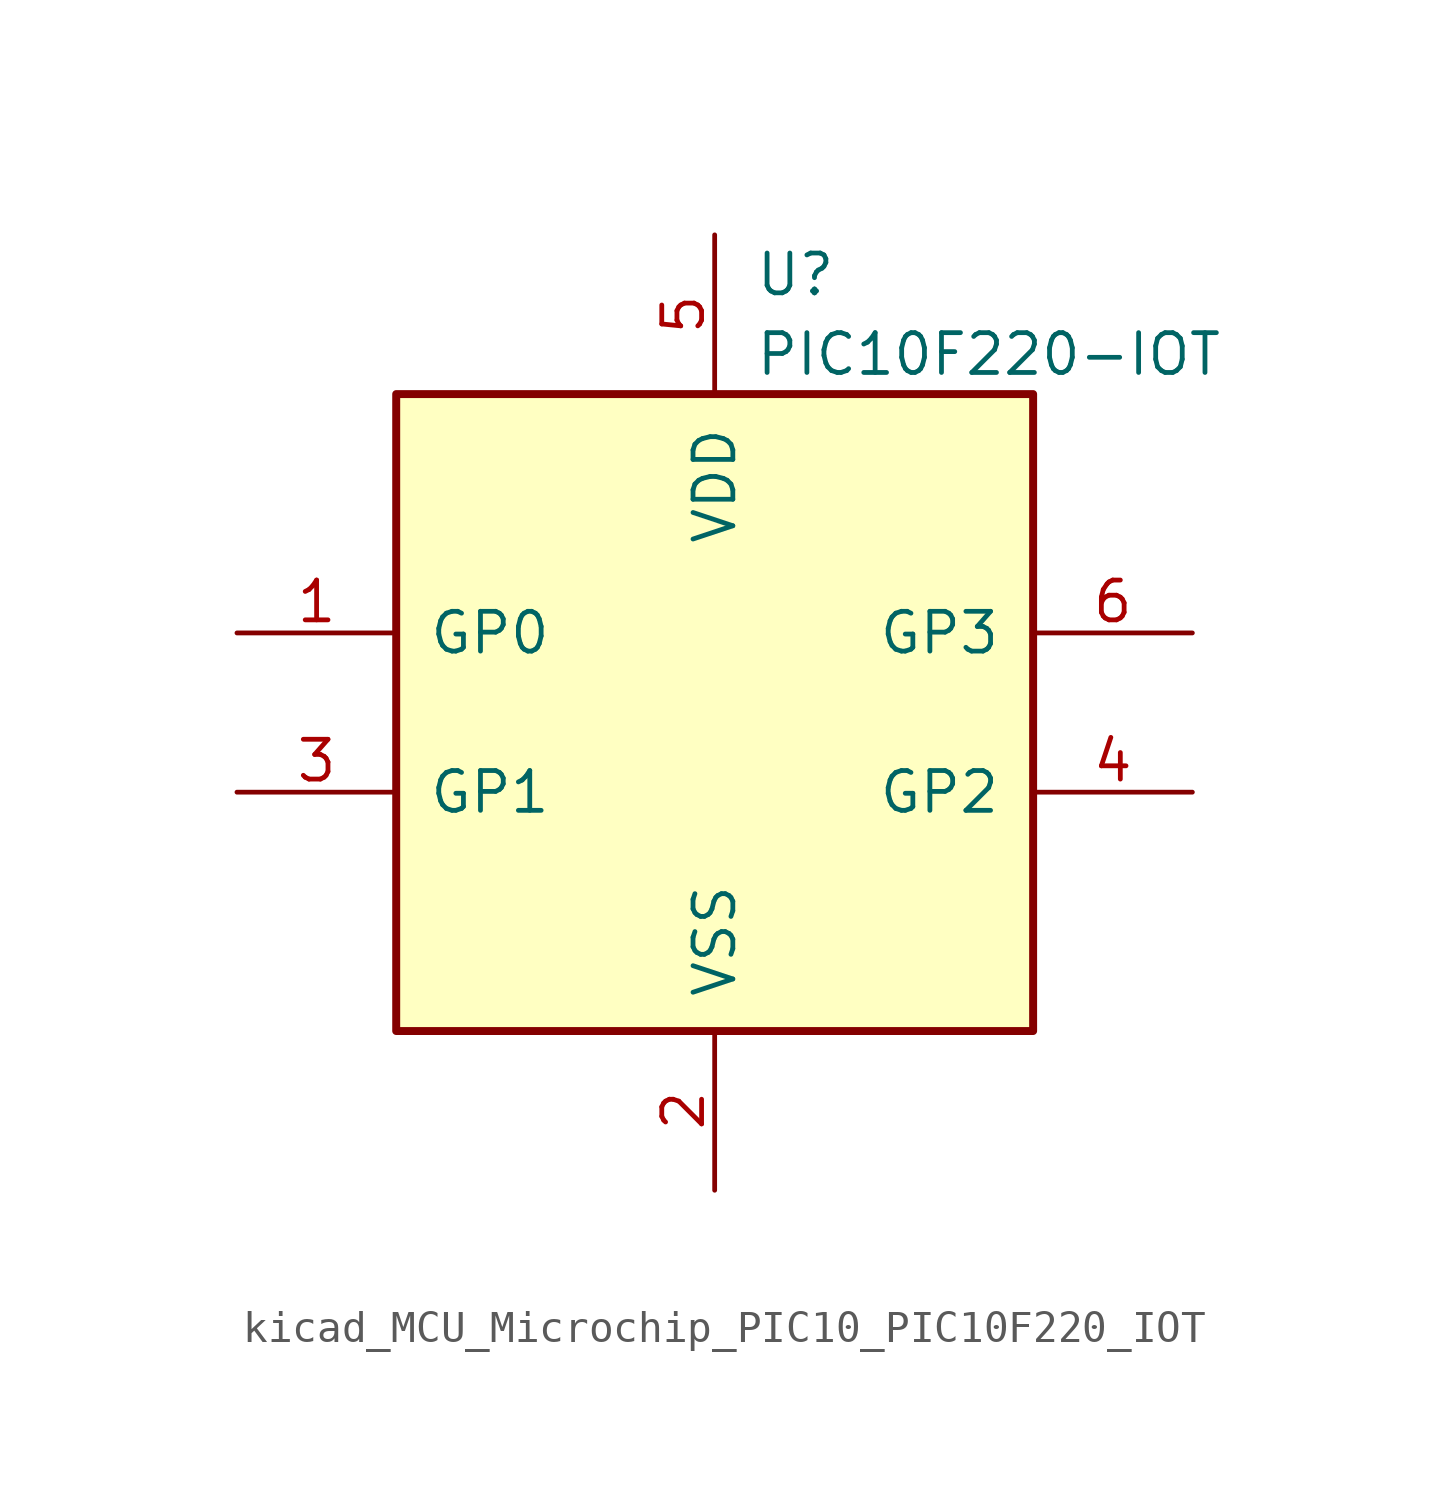
<source format=kicad_sym>
(kicad_symbol_lib
  (version 20220914)
  (generator kicad_symbol_editor)
  (symbol "kicad_MCU_Microchip_PIC10_PIC10F220_IOT"
    (pin_names
      (offset 1.016))
    (property "Reference" "U"
      (at 1.27 13.97 0)
      (effects (font (size 1.27 1.27)) (justify left)))
    (property "Value" "PIC10F220-IOT"
      (at 1.27 11.43 0)
      (effects (font (size 1.27 1.27)) (justify left)))
    (symbol "kicad_MCU_Microchip_PIC10_PIC10F220_IOT_0_1"
      (rectangle (start -10.16 10.16) (end 10.16 -10.16) (stroke (width 0.254) (type default)) (fill (type background))))
    (symbol "kicad_MCU_Microchip_PIC10_PIC10F220_IOT_1_1"
      (pin bidirectional line (at -15.24 2.54 0) (length 5.08) (name "GP0" (effects (font (size 1.27 1.27)))) (number "1" (effects (font (size 1.27 1.27)))))
      (pin power_in line (at 0 -15.24 90) (length 5.08) (name "VSS" (effects (font (size 1.27 1.27)))) (number "2" (effects (font (size 1.27 1.27)))))
      (pin bidirectional line (at -15.24 -2.54 0) (length 5.08) (name "GP1" (effects (font (size 1.27 1.27)))) (number "3" (effects (font (size 1.27 1.27)))))
      (pin bidirectional line (at 15.24 -2.54 180) (length 5.08) (name "GP2" (effects (font (size 1.27 1.27)))) (number "4" (effects (font (size 1.27 1.27)))))
      (pin power_in line (at 0 15.24 270) (length 5.08) (name "VDD" (effects (font (size 1.27 1.27)))) (number "5" (effects (font (size 1.27 1.27)))))
      (pin input line (at 15.24 2.54 180) (length 5.08) (name "GP3" (effects (font (size 1.27 1.27)))) (number "6" (effects (font (size 1.27 1.27))))))))
</source>
